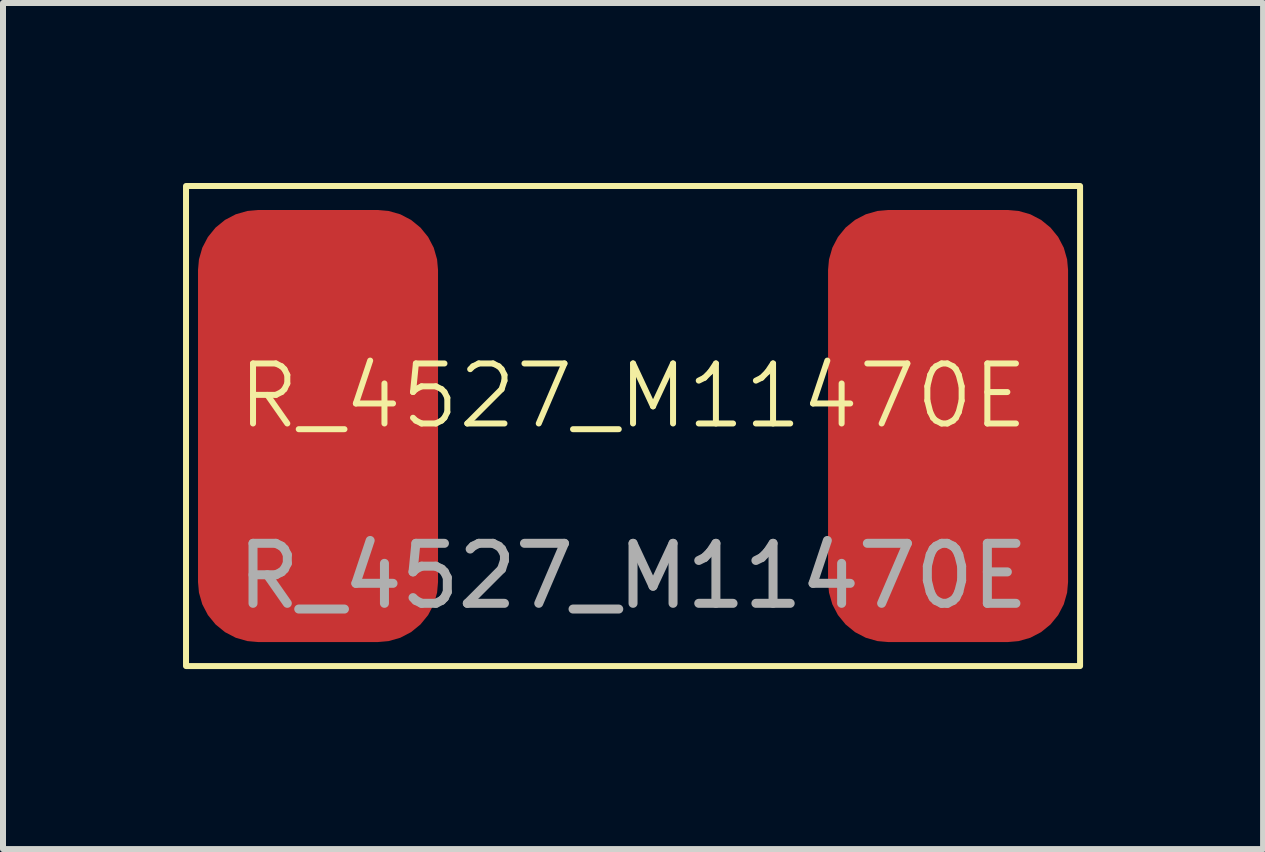
<source format=kicad_pcb>
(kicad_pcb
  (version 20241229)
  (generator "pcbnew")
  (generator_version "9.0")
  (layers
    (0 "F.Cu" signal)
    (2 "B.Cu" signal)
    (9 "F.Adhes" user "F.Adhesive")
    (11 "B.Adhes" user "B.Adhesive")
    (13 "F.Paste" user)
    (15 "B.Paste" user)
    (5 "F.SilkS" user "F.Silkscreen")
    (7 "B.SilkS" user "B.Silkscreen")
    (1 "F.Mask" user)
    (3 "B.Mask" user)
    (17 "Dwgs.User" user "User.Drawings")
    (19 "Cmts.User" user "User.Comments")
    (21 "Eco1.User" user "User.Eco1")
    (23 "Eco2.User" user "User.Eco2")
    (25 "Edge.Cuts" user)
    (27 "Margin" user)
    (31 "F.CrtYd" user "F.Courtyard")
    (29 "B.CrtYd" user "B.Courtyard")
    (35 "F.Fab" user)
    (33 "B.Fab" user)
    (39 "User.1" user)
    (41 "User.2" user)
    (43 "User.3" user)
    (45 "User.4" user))
  (footprint "R_4527_M11470E"
    (layer "F.Cu")
    (at 7.5 4.05)
    (property "Reference" "R_4527_M11470E" (at 0 -0.5 0) (unlocked yes) (layer "F.SilkS") (effects (font (size 1 1) (thickness 0.1))))
    (attr smd)
    (fp_rect (start -7.45 -4) (end 7.45 4) (stroke (width 0.1) (type default)) (fill no) (layer "F.SilkS"))
    (fp_text user "${REFERENCE}" (at 0 2.5 0) (unlocked yes) (layer "F.Fab") (effects (font (size 1 1) (thickness 0.15))))
    (pad "1" smd roundrect (at -5.25 0) (size 4 7.2) (layers "F.Cu" "F.Mask" "F.Paste") (roundrect_rratio 0.25))
    (pad "2" smd roundrect (at 5.25 0) (size 4 7.2) (layers "F.Cu" "F.Mask" "F.Paste") (roundrect_rratio 0.25)))
  (gr_rect
    (start -3 -3)
    (end 18 11.1)
    (stroke (width 0.1) (type default))
    (fill no)
    (layer "Edge.Cuts")))
</source>
